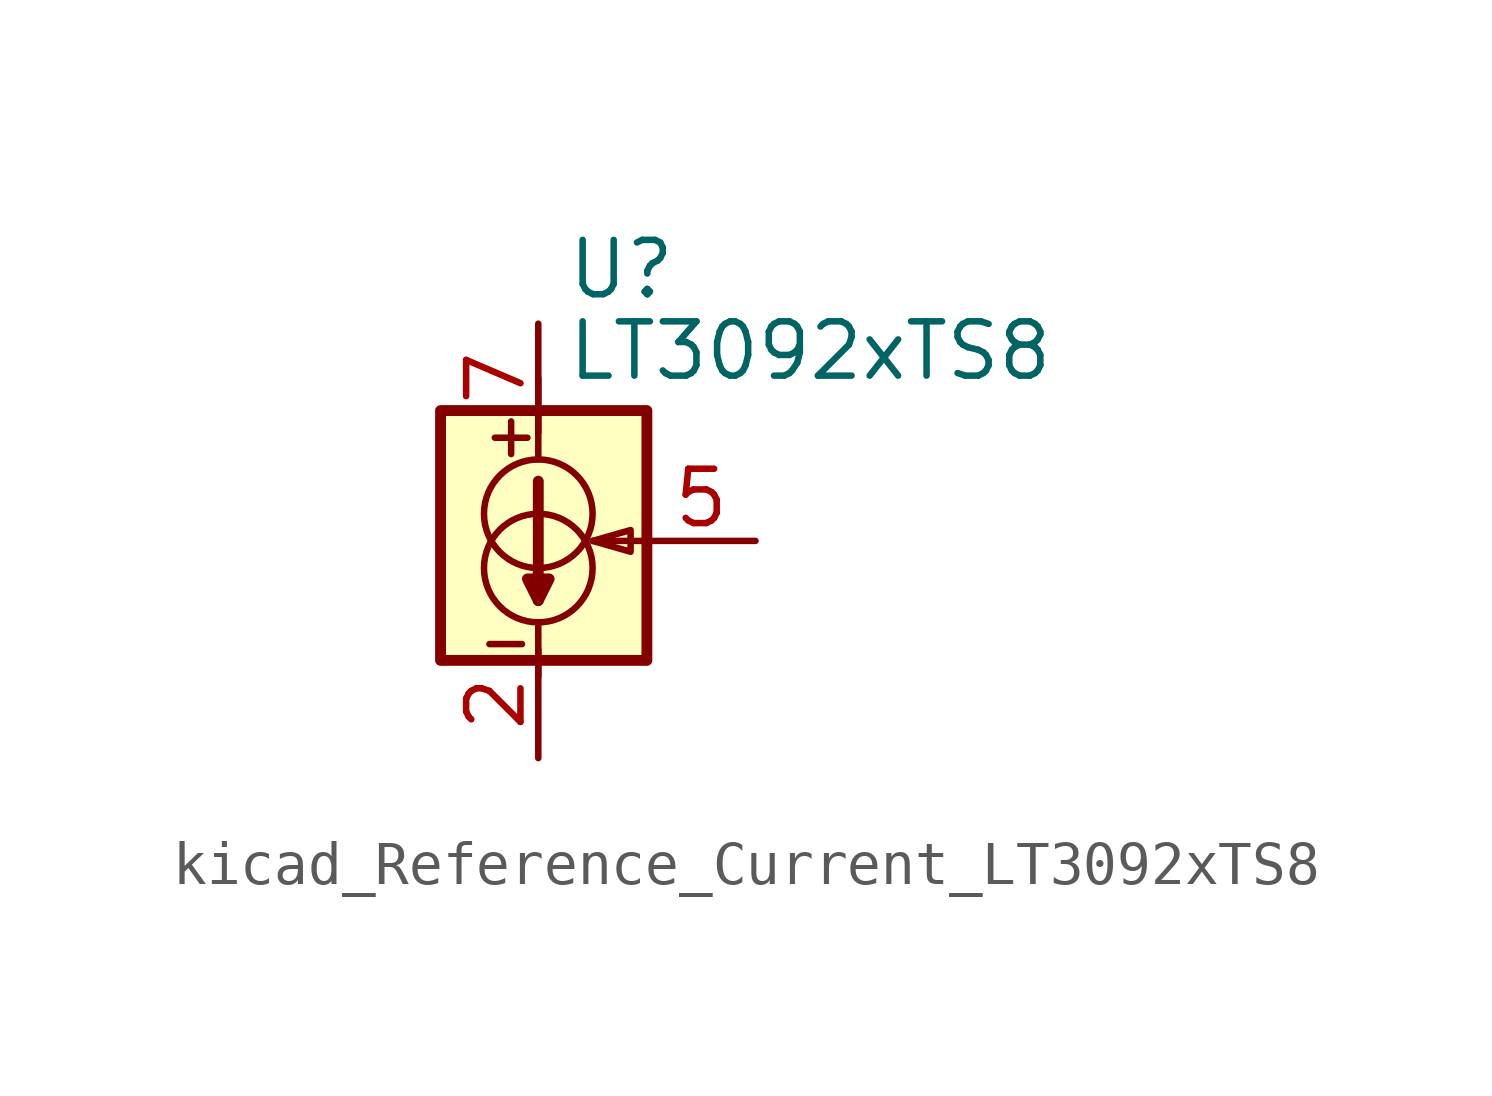
<source format=kicad_sym>
(kicad_symbol_lib
  (version 20220914)
  (generator kicad_symbol_editor)
  (symbol "kicad_Reference_Current_LT3092xTS8"
    (property "Reference" "U"
      (at 0.635 6.35 0)
      (effects (font (size 1.27 1.27)) (justify left)))
    (property "Value" "LT3092xTS8"
      (at 0.635 4.445 0)
      (effects (font (size 1.27 1.27)) (justify left)))
    (symbol "kicad_Reference_Current_LT3092xTS8_0_1"
      (rectangle (start -2.286 3.048) (end 2.54 -2.794) (stroke (width 0.254) (type default)) (fill (type background)))
      (circle (center 0 -0.635) (radius 1.27) (stroke (width 0) (type default)) (fill (type none)))
      (polyline (pts (xy -1.143 -2.413) (xy -0.381 -2.413)) (stroke (width 0) (type default)) (fill (type none)))
      (polyline (pts (xy -1.016 2.413) (xy -0.254 2.413)) (stroke (width 0) (type default)) (fill (type none)))
      (polyline (pts (xy -0.635 2.794) (xy -0.635 2.032)) (stroke (width 0) (type default)) (fill (type none)))
      (polyline (pts (xy 0 -1.905) (xy 0 -3.175)) (stroke (width 0) (type default)) (fill (type none)))
      (polyline (pts (xy 0 1.397) (xy 0 -1.397)) (stroke (width 0.254) (type default)) (fill (type none)))
      (polyline (pts (xy 0 3.81) (xy 0 1.905)) (stroke (width 0) (type default)) (fill (type none)))
      (polyline (pts (xy 2.54 0) (xy 1.27 0)) (stroke (width 0) (type default)) (fill (type none)))
      (polyline (pts (xy 0 -1.397) (xy -0.254 -0.889) (xy 0.254 -0.889) (xy 0 -1.397)) (stroke (width 0.254) (type default)) (fill (type none)))
      (polyline (pts (xy 1.27 0) (xy 2.159 0.254) (xy 2.159 -0.254) (xy 1.27 0)) (stroke (width 0) (type default)) (fill (type none)))
      (circle (center 0 0.635) (radius 1.27) (stroke (width 0) (type default)) (fill (type none))))
    (symbol "kicad_Reference_Current_LT3092xTS8_1_1"
      (pin no_connect line (at -1.27 2.54 0) (length 2.54) hide (name "NC" (effects (font (size 1.27 1.27)))) (number "1" (effects (font (size 1.27 1.27)))))
      (pin passive line (at 0 -5.08 90) (length 2.54) (name "~" (effects (font (size 1.27 1.27)))) (number "2" (effects (font (size 1.27 1.27)))))
      (pin passive line (at 0 -5.08 90) (length 2.54) hide (name "~" (effects (font (size 1.27 1.27)))) (number "3" (effects (font (size 1.27 1.27)))))
      (pin passive line (at 0 -5.08 90) (length 2.54) hide (name "~" (effects (font (size 1.27 1.27)))) (number "4" (effects (font (size 1.27 1.27)))))
      (pin passive line (at 5.08 0 180) (length 2.54) (name "~" (effects (font (size 1.27 1.27)))) (number "5" (effects (font (size 1.27 1.27)))))
      (pin no_connect line (at -1.27 0 0) (length 2.54) hide (name "NC" (effects (font (size 1.27 1.27)))) (number "6" (effects (font (size 1.27 1.27)))))
      (pin passive line (at 0 5.08 270) (length 2.54) (name "~" (effects (font (size 1.27 1.27)))) (number "7" (effects (font (size 1.27 1.27)))))
      (pin passive line (at 0 5.08 270) (length 2.54) hide (name "~" (effects (font (size 1.27 1.27)))) (number "8" (effects (font (size 1.27 1.27))))))))
</source>
